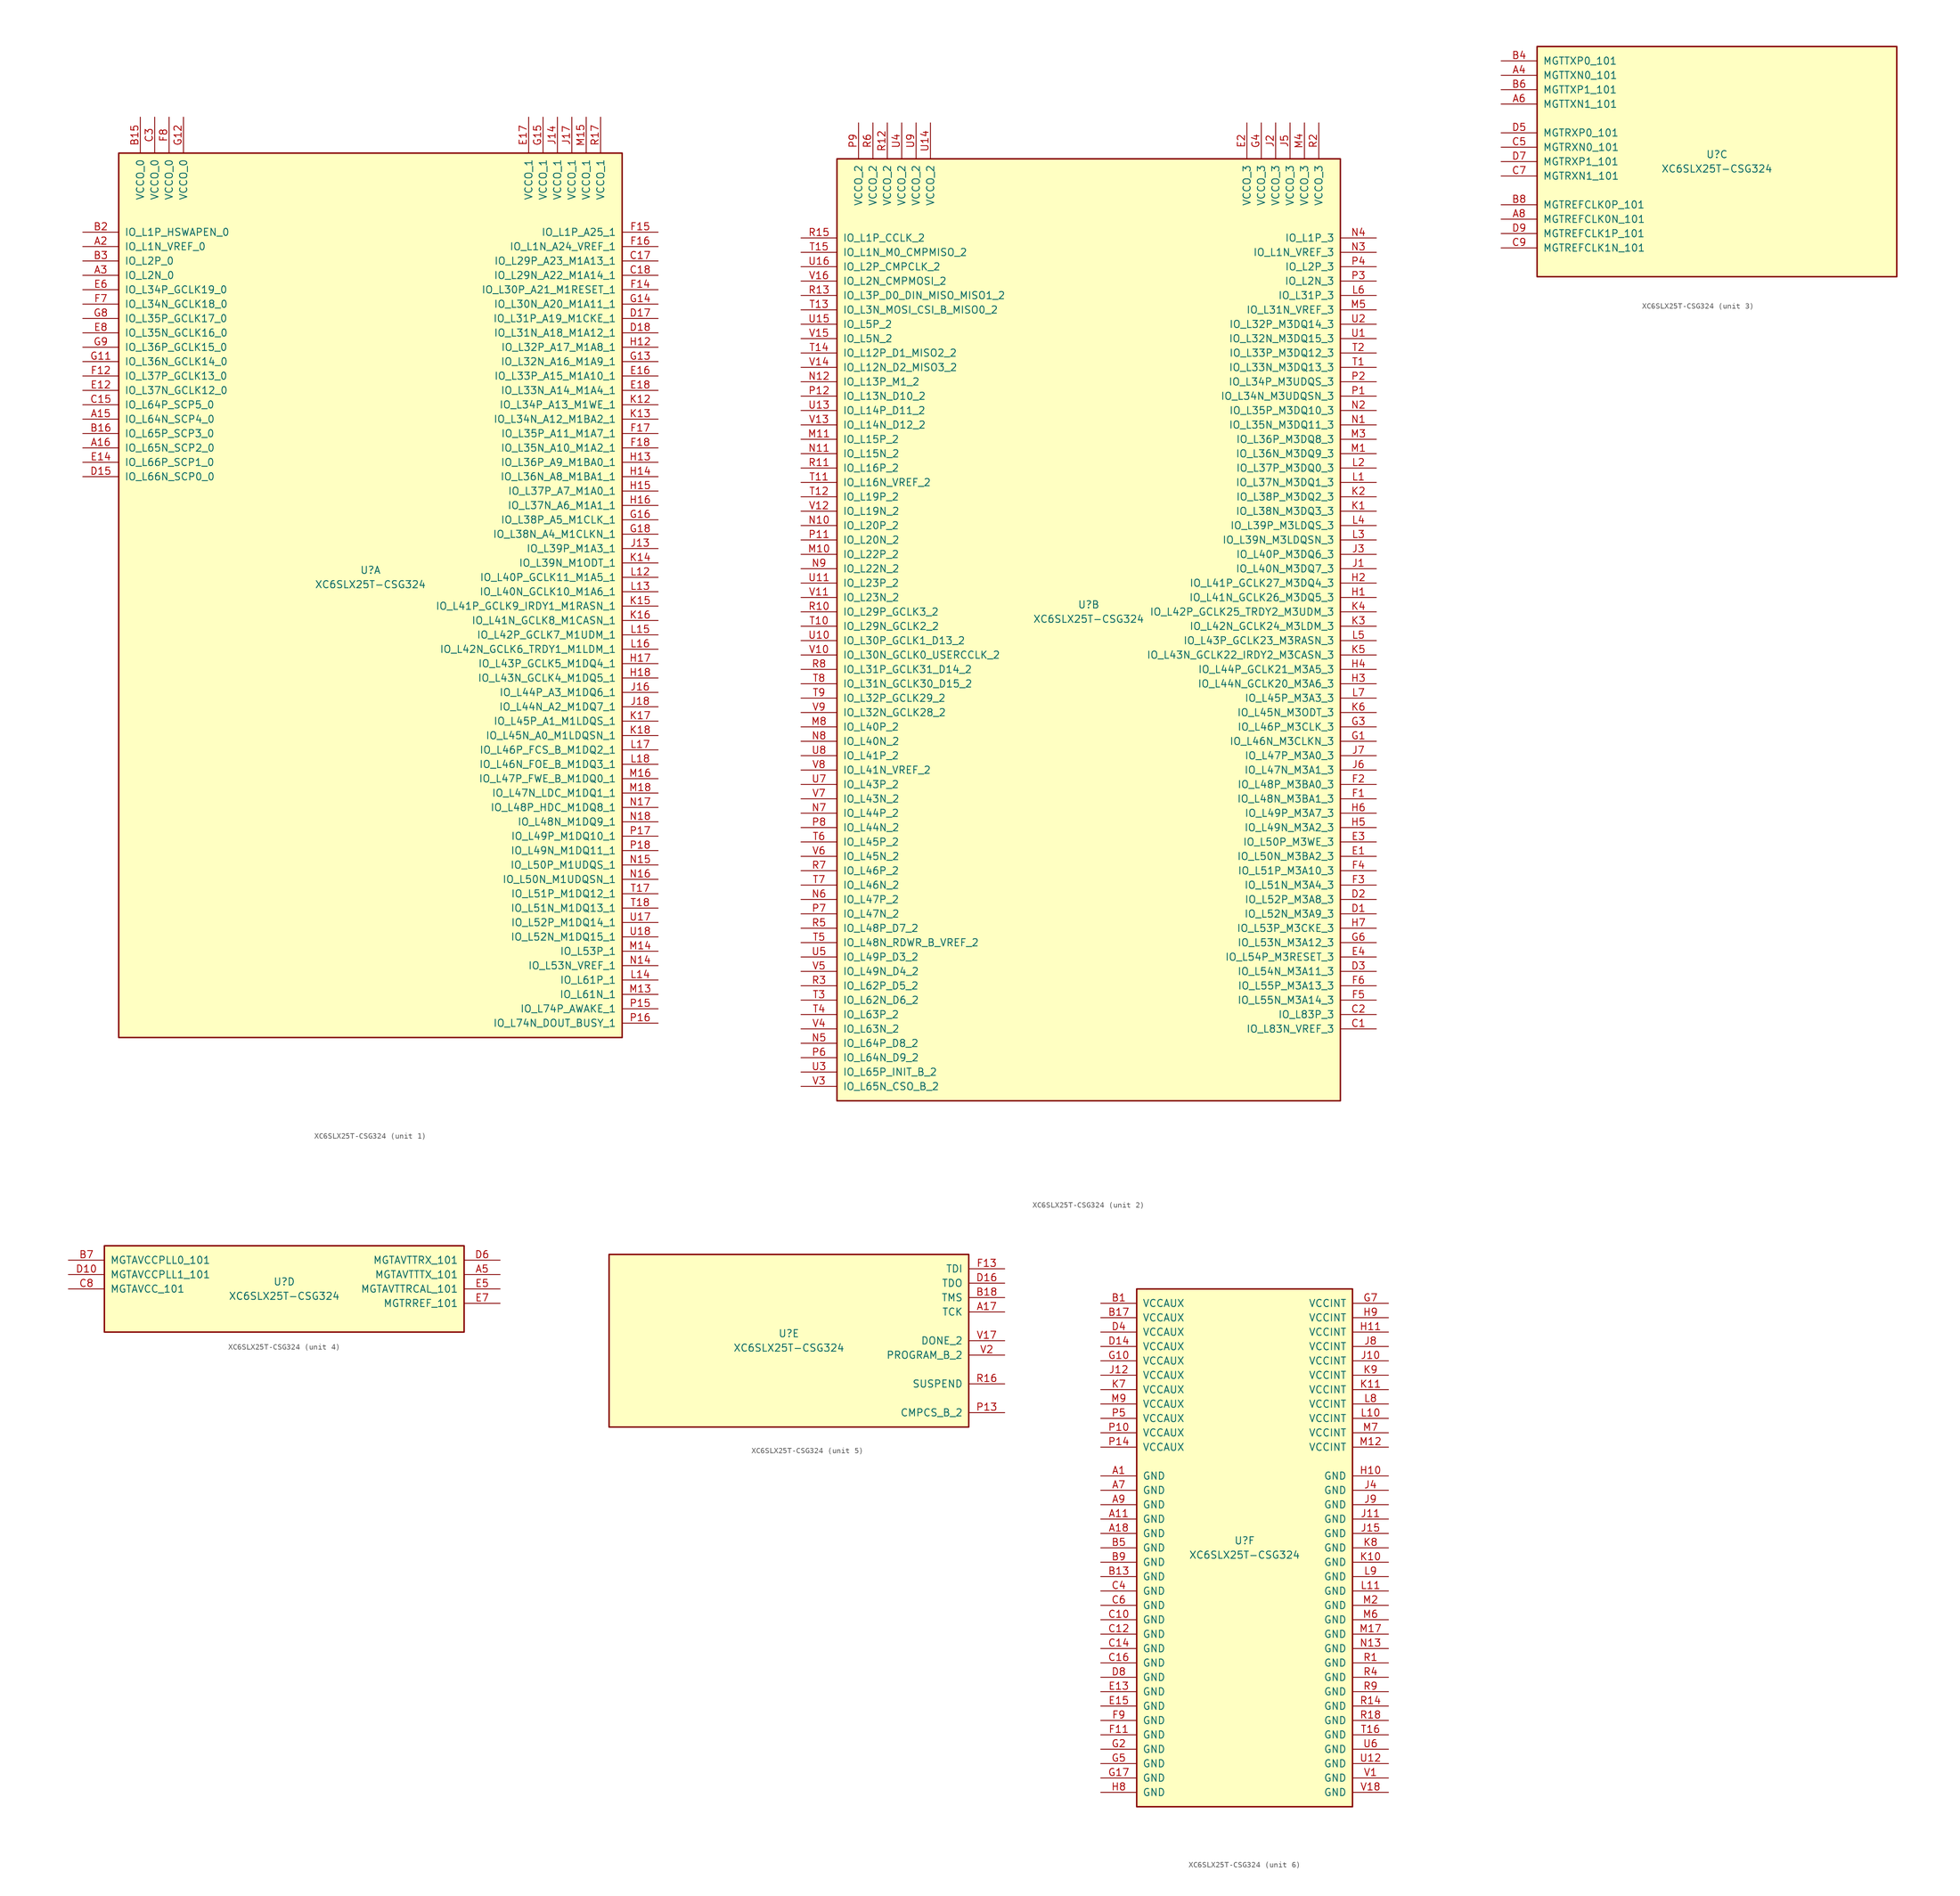
<source format=kicad_sym>
(kicad_symbol_lib
  (version 20201005)
  (generator kicad_symbol_editor)
  (symbol "XC6SLX25T-CSG324"
    (pin_names
      (offset 1.016))
    (property "Reference" "U"
      (at 0 1.27 0)
      (effects (font (size 1.27 1.27))))
    (property "Value" "XC6SLX25T-CSG324"
      (at 0 -1.27 0)
      (effects (font (size 1.27 1.27))))
    (property "Datasheet" ""
      (at 0 0 0)
      (effects (font (size 1.27 1.27))))
    (property "ki_locked" ""
      (at 0 0 0)
      (effects (font (size 1.27 1.27))))
    (symbol "XC6SLX25T-CSG324_1_1"
      (rectangle (start -44.45 74.93) (end 44.45 -81.28) (stroke (width 0.254)) (fill (type background)))
      (pin power_in line (at -40.64 81.28 270) (length 6.35) (name "VCCO_0" (effects (font (size 1.27 1.27)))) (number "B15" (effects (font (size 1.27 1.27)))))
      (pin power_in line (at -38.1 81.28 270) (length 6.35) (name "VCCO_0" (effects (font (size 1.27 1.27)))) (number "C3" (effects (font (size 1.27 1.27)))))
      (pin power_in line (at -35.56 81.28 270) (length 6.35) (name "VCCO_0" (effects (font (size 1.27 1.27)))) (number "F8" (effects (font (size 1.27 1.27)))))
      (pin power_in line (at -33.02 81.28 270) (length 6.35) (name "VCCO_0" (effects (font (size 1.27 1.27)))) (number "G12" (effects (font (size 1.27 1.27)))))
      (pin bidirectional line (at -50.8 60.96 0) (length 6.35) (name "IO_L1P_HSWAPEN_0" (effects (font (size 1.27 1.27)))) (number "B2" (effects (font (size 1.27 1.27)))))
      (pin bidirectional line (at -50.8 58.42 0) (length 6.35) (name "IO_L1N_VREF_0" (effects (font (size 1.27 1.27)))) (number "A2" (effects (font (size 1.27 1.27)))))
      (pin bidirectional line (at -50.8 55.88 0) (length 6.35) (name "IO_L2P_0" (effects (font (size 1.27 1.27)))) (number "B3" (effects (font (size 1.27 1.27)))))
      (pin bidirectional line (at -50.8 53.34 0) (length 6.35) (name "IO_L2N_0" (effects (font (size 1.27 1.27)))) (number "A3" (effects (font (size 1.27 1.27)))))
      (pin bidirectional line (at -50.8 50.8 0) (length 6.35) (name "IO_L34P_GCLK19_0" (effects (font (size 1.27 1.27)))) (number "E6" (effects (font (size 1.27 1.27)))))
      (pin bidirectional line (at -50.8 48.26 0) (length 6.35) (name "IO_L34N_GCLK18_0" (effects (font (size 1.27 1.27)))) (number "F7" (effects (font (size 1.27 1.27)))))
      (pin bidirectional line (at -50.8 45.72 0) (length 6.35) (name "IO_L35P_GCLK17_0" (effects (font (size 1.27 1.27)))) (number "G8" (effects (font (size 1.27 1.27)))))
      (pin bidirectional line (at -50.8 43.18 0) (length 6.35) (name "IO_L35N_GCLK16_0" (effects (font (size 1.27 1.27)))) (number "E8" (effects (font (size 1.27 1.27)))))
      (pin bidirectional line (at -50.8 40.64 0) (length 6.35) (name "IO_L36P_GCLK15_0" (effects (font (size 1.27 1.27)))) (number "G9" (effects (font (size 1.27 1.27)))))
      (pin bidirectional line (at -50.8 38.1 0) (length 6.35) (name "IO_L36N_GCLK14_0" (effects (font (size 1.27 1.27)))) (number "G11" (effects (font (size 1.27 1.27)))))
      (pin bidirectional line (at -50.8 35.56 0) (length 6.35) (name "IO_L37P_GCLK13_0" (effects (font (size 1.27 1.27)))) (number "F12" (effects (font (size 1.27 1.27)))))
      (pin bidirectional line (at -50.8 33.02 0) (length 6.35) (name "IO_L37N_GCLK12_0" (effects (font (size 1.27 1.27)))) (number "E12" (effects (font (size 1.27 1.27)))))
      (pin bidirectional line (at -50.8 30.48 0) (length 6.35) (name "IO_L64P_SCP5_0" (effects (font (size 1.27 1.27)))) (number "C15" (effects (font (size 1.27 1.27)))))
      (pin bidirectional line (at -50.8 27.94 0) (length 6.35) (name "IO_L64N_SCP4_0" (effects (font (size 1.27 1.27)))) (number "A15" (effects (font (size 1.27 1.27)))))
      (pin bidirectional line (at -50.8 25.4 0) (length 6.35) (name "IO_L65P_SCP3_0" (effects (font (size 1.27 1.27)))) (number "B16" (effects (font (size 1.27 1.27)))))
      (pin bidirectional line (at -50.8 22.86 0) (length 6.35) (name "IO_L65N_SCP2_0" (effects (font (size 1.27 1.27)))) (number "A16" (effects (font (size 1.27 1.27)))))
      (pin bidirectional line (at -50.8 20.32 0) (length 6.35) (name "IO_L66P_SCP1_0" (effects (font (size 1.27 1.27)))) (number "E14" (effects (font (size 1.27 1.27)))))
      (pin bidirectional line (at -50.8 17.78 0) (length 6.35) (name "IO_L66N_SCP0_0" (effects (font (size 1.27 1.27)))) (number "D15" (effects (font (size 1.27 1.27)))))
      (pin power_in line (at 27.94 81.28 270) (length 6.35) (name "VCCO_1" (effects (font (size 1.27 1.27)))) (number "E17" (effects (font (size 1.27 1.27)))))
      (pin power_in line (at 30.48 81.28 270) (length 6.35) (name "VCCO_1" (effects (font (size 1.27 1.27)))) (number "G15" (effects (font (size 1.27 1.27)))))
      (pin power_in line (at 33.02 81.28 270) (length 6.35) (name "VCCO_1" (effects (font (size 1.27 1.27)))) (number "J14" (effects (font (size 1.27 1.27)))))
      (pin power_in line (at 35.56 81.28 270) (length 6.35) (name "VCCO_1" (effects (font (size 1.27 1.27)))) (number "J17" (effects (font (size 1.27 1.27)))))
      (pin power_in line (at 38.1 81.28 270) (length 6.35) (name "VCCO_1" (effects (font (size 1.27 1.27)))) (number "M15" (effects (font (size 1.27 1.27)))))
      (pin power_in line (at 40.64 81.28 270) (length 6.35) (name "VCCO_1" (effects (font (size 1.27 1.27)))) (number "R17" (effects (font (size 1.27 1.27)))))
      (pin bidirectional line (at 50.8 60.96 180) (length 6.35) (name "IO_L1P_A25_1" (effects (font (size 1.27 1.27)))) (number "F15" (effects (font (size 1.27 1.27)))))
      (pin bidirectional line (at 50.8 58.42 180) (length 6.35) (name "IO_L1N_A24_VREF_1" (effects (font (size 1.27 1.27)))) (number "F16" (effects (font (size 1.27 1.27)))))
      (pin bidirectional line (at 50.8 55.88 180) (length 6.35) (name "IO_L29P_A23_M1A13_1" (effects (font (size 1.27 1.27)))) (number "C17" (effects (font (size 1.27 1.27)))))
      (pin bidirectional line (at 50.8 53.34 180) (length 6.35) (name "IO_L29N_A22_M1A14_1" (effects (font (size 1.27 1.27)))) (number "C18" (effects (font (size 1.27 1.27)))))
      (pin bidirectional line (at 50.8 50.8 180) (length 6.35) (name "IO_L30P_A21_M1RESET_1" (effects (font (size 1.27 1.27)))) (number "F14" (effects (font (size 1.27 1.27)))))
      (pin bidirectional line (at 50.8 48.26 180) (length 6.35) (name "IO_L30N_A20_M1A11_1" (effects (font (size 1.27 1.27)))) (number "G14" (effects (font (size 1.27 1.27)))))
      (pin bidirectional line (at 50.8 45.72 180) (length 6.35) (name "IO_L31P_A19_M1CKE_1" (effects (font (size 1.27 1.27)))) (number "D17" (effects (font (size 1.27 1.27)))))
      (pin bidirectional line (at 50.8 43.18 180) (length 6.35) (name "IO_L31N_A18_M1A12_1" (effects (font (size 1.27 1.27)))) (number "D18" (effects (font (size 1.27 1.27)))))
      (pin bidirectional line (at 50.8 40.64 180) (length 6.35) (name "IO_L32P_A17_M1A8_1" (effects (font (size 1.27 1.27)))) (number "H12" (effects (font (size 1.27 1.27)))))
      (pin bidirectional line (at 50.8 38.1 180) (length 6.35) (name "IO_L32N_A16_M1A9_1" (effects (font (size 1.27 1.27)))) (number "G13" (effects (font (size 1.27 1.27)))))
      (pin bidirectional line (at 50.8 35.56 180) (length 6.35) (name "IO_L33P_A15_M1A10_1" (effects (font (size 1.27 1.27)))) (number "E16" (effects (font (size 1.27 1.27)))))
      (pin bidirectional line (at 50.8 33.02 180) (length 6.35) (name "IO_L33N_A14_M1A4_1" (effects (font (size 1.27 1.27)))) (number "E18" (effects (font (size 1.27 1.27)))))
      (pin bidirectional line (at 50.8 30.48 180) (length 6.35) (name "IO_L34P_A13_M1WE_1" (effects (font (size 1.27 1.27)))) (number "K12" (effects (font (size 1.27 1.27)))))
      (pin bidirectional line (at 50.8 27.94 180) (length 6.35) (name "IO_L34N_A12_M1BA2_1" (effects (font (size 1.27 1.27)))) (number "K13" (effects (font (size 1.27 1.27)))))
      (pin bidirectional line (at 50.8 25.4 180) (length 6.35) (name "IO_L35P_A11_M1A7_1" (effects (font (size 1.27 1.27)))) (number "F17" (effects (font (size 1.27 1.27)))))
      (pin bidirectional line (at 50.8 22.86 180) (length 6.35) (name "IO_L35N_A10_M1A2_1" (effects (font (size 1.27 1.27)))) (number "F18" (effects (font (size 1.27 1.27)))))
      (pin bidirectional line (at 50.8 20.32 180) (length 6.35) (name "IO_L36P_A9_M1BA0_1" (effects (font (size 1.27 1.27)))) (number "H13" (effects (font (size 1.27 1.27)))))
      (pin bidirectional line (at 50.8 17.78 180) (length 6.35) (name "IO_L36N_A8_M1BA1_1" (effects (font (size 1.27 1.27)))) (number "H14" (effects (font (size 1.27 1.27)))))
      (pin bidirectional line (at 50.8 15.24 180) (length 6.35) (name "IO_L37P_A7_M1A0_1" (effects (font (size 1.27 1.27)))) (number "H15" (effects (font (size 1.27 1.27)))))
      (pin bidirectional line (at 50.8 12.7 180) (length 6.35) (name "IO_L37N_A6_M1A1_1" (effects (font (size 1.27 1.27)))) (number "H16" (effects (font (size 1.27 1.27)))))
      (pin bidirectional line (at 50.8 10.16 180) (length 6.35) (name "IO_L38P_A5_M1CLK_1" (effects (font (size 1.27 1.27)))) (number "G16" (effects (font (size 1.27 1.27)))))
      (pin bidirectional line (at 50.8 7.62 180) (length 6.35) (name "IO_L38N_A4_M1CLKN_1" (effects (font (size 1.27 1.27)))) (number "G18" (effects (font (size 1.27 1.27)))))
      (pin bidirectional line (at 50.8 5.08 180) (length 6.35) (name "IO_L39P_M1A3_1" (effects (font (size 1.27 1.27)))) (number "J13" (effects (font (size 1.27 1.27)))))
      (pin bidirectional line (at 50.8 2.54 180) (length 6.35) (name "IO_L39N_M1ODT_1" (effects (font (size 1.27 1.27)))) (number "K14" (effects (font (size 1.27 1.27)))))
      (pin bidirectional line (at 50.8 0 180) (length 6.35) (name "IO_L40P_GCLK11_M1A5_1" (effects (font (size 1.27 1.27)))) (number "L12" (effects (font (size 1.27 1.27)))))
      (pin bidirectional line (at 50.8 -2.54 180) (length 6.35) (name "IO_L40N_GCLK10_M1A6_1" (effects (font (size 1.27 1.27)))) (number "L13" (effects (font (size 1.27 1.27)))))
      (pin bidirectional line (at 50.8 -5.08 180) (length 6.35) (name "IO_L41P_GCLK9_IRDY1_M1RASN_1" (effects (font (size 1.27 1.27)))) (number "K15" (effects (font (size 1.27 1.27)))))
      (pin bidirectional line (at 50.8 -7.62 180) (length 6.35) (name "IO_L41N_GCLK8_M1CASN_1" (effects (font (size 1.27 1.27)))) (number "K16" (effects (font (size 1.27 1.27)))))
      (pin bidirectional line (at 50.8 -10.16 180) (length 6.35) (name "IO_L42P_GCLK7_M1UDM_1" (effects (font (size 1.27 1.27)))) (number "L15" (effects (font (size 1.27 1.27)))))
      (pin bidirectional line (at 50.8 -12.7 180) (length 6.35) (name "IO_L42N_GCLK6_TRDY1_M1LDM_1" (effects (font (size 1.27 1.27)))) (number "L16" (effects (font (size 1.27 1.27)))))
      (pin bidirectional line (at 50.8 -15.24 180) (length 6.35) (name "IO_L43P_GCLK5_M1DQ4_1" (effects (font (size 1.27 1.27)))) (number "H17" (effects (font (size 1.27 1.27)))))
      (pin bidirectional line (at 50.8 -17.78 180) (length 6.35) (name "IO_L43N_GCLK4_M1DQ5_1" (effects (font (size 1.27 1.27)))) (number "H18" (effects (font (size 1.27 1.27)))))
      (pin bidirectional line (at 50.8 -20.32 180) (length 6.35) (name "IO_L44P_A3_M1DQ6_1" (effects (font (size 1.27 1.27)))) (number "J16" (effects (font (size 1.27 1.27)))))
      (pin bidirectional line (at 50.8 -22.86 180) (length 6.35) (name "IO_L44N_A2_M1DQ7_1" (effects (font (size 1.27 1.27)))) (number "J18" (effects (font (size 1.27 1.27)))))
      (pin bidirectional line (at 50.8 -25.4 180) (length 6.35) (name "IO_L45P_A1_M1LDQS_1" (effects (font (size 1.27 1.27)))) (number "K17" (effects (font (size 1.27 1.27)))))
      (pin bidirectional line (at 50.8 -27.94 180) (length 6.35) (name "IO_L45N_A0_M1LDQSN_1" (effects (font (size 1.27 1.27)))) (number "K18" (effects (font (size 1.27 1.27)))))
      (pin bidirectional line (at 50.8 -30.48 180) (length 6.35) (name "IO_L46P_FCS_B_M1DQ2_1" (effects (font (size 1.27 1.27)))) (number "L17" (effects (font (size 1.27 1.27)))))
      (pin bidirectional line (at 50.8 -33.02 180) (length 6.35) (name "IO_L46N_FOE_B_M1DQ3_1" (effects (font (size 1.27 1.27)))) (number "L18" (effects (font (size 1.27 1.27)))))
      (pin bidirectional line (at 50.8 -35.56 180) (length 6.35) (name "IO_L47P_FWE_B_M1DQ0_1" (effects (font (size 1.27 1.27)))) (number "M16" (effects (font (size 1.27 1.27)))))
      (pin bidirectional line (at 50.8 -38.1 180) (length 6.35) (name "IO_L47N_LDC_M1DQ1_1" (effects (font (size 1.27 1.27)))) (number "M18" (effects (font (size 1.27 1.27)))))
      (pin bidirectional line (at 50.8 -40.64 180) (length 6.35) (name "IO_L48P_HDC_M1DQ8_1" (effects (font (size 1.27 1.27)))) (number "N17" (effects (font (size 1.27 1.27)))))
      (pin bidirectional line (at 50.8 -43.18 180) (length 6.35) (name "IO_L48N_M1DQ9_1" (effects (font (size 1.27 1.27)))) (number "N18" (effects (font (size 1.27 1.27)))))
      (pin bidirectional line (at 50.8 -45.72 180) (length 6.35) (name "IO_L49P_M1DQ10_1" (effects (font (size 1.27 1.27)))) (number "P17" (effects (font (size 1.27 1.27)))))
      (pin bidirectional line (at 50.8 -48.26 180) (length 6.35) (name "IO_L49N_M1DQ11_1" (effects (font (size 1.27 1.27)))) (number "P18" (effects (font (size 1.27 1.27)))))
      (pin bidirectional line (at 50.8 -50.8 180) (length 6.35) (name "IO_L50P_M1UDQS_1" (effects (font (size 1.27 1.27)))) (number "N15" (effects (font (size 1.27 1.27)))))
      (pin bidirectional line (at 50.8 -53.34 180) (length 6.35) (name "IO_L50N_M1UDQSN_1" (effects (font (size 1.27 1.27)))) (number "N16" (effects (font (size 1.27 1.27)))))
      (pin bidirectional line (at 50.8 -55.88 180) (length 6.35) (name "IO_L51P_M1DQ12_1" (effects (font (size 1.27 1.27)))) (number "T17" (effects (font (size 1.27 1.27)))))
      (pin bidirectional line (at 50.8 -58.42 180) (length 6.35) (name "IO_L51N_M1DQ13_1" (effects (font (size 1.27 1.27)))) (number "T18" (effects (font (size 1.27 1.27)))))
      (pin bidirectional line (at 50.8 -60.96 180) (length 6.35) (name "IO_L52P_M1DQ14_1" (effects (font (size 1.27 1.27)))) (number "U17" (effects (font (size 1.27 1.27)))))
      (pin bidirectional line (at 50.8 -63.5 180) (length 6.35) (name "IO_L52N_M1DQ15_1" (effects (font (size 1.27 1.27)))) (number "U18" (effects (font (size 1.27 1.27)))))
      (pin bidirectional line (at 50.8 -66.04 180) (length 6.35) (name "IO_L53P_1" (effects (font (size 1.27 1.27)))) (number "M14" (effects (font (size 1.27 1.27)))))
      (pin bidirectional line (at 50.8 -68.58 180) (length 6.35) (name "IO_L53N_VREF_1" (effects (font (size 1.27 1.27)))) (number "N14" (effects (font (size 1.27 1.27)))))
      (pin bidirectional line (at 50.8 -71.12 180) (length 6.35) (name "IO_L61P_1" (effects (font (size 1.27 1.27)))) (number "L14" (effects (font (size 1.27 1.27)))))
      (pin bidirectional line (at 50.8 -73.66 180) (length 6.35) (name "IO_L61N_1" (effects (font (size 1.27 1.27)))) (number "M13" (effects (font (size 1.27 1.27)))))
      (pin bidirectional line (at 50.8 -76.2 180) (length 6.35) (name "IO_L74P_AWAKE_1" (effects (font (size 1.27 1.27)))) (number "P15" (effects (font (size 1.27 1.27)))))
      (pin bidirectional line (at 50.8 -78.74 180) (length 6.35) (name "IO_L74N_DOUT_BUSY_1" (effects (font (size 1.27 1.27)))) (number "P16" (effects (font (size 1.27 1.27))))))
    (symbol "XC6SLX25T-CSG324_2_1"
      (rectangle (start -44.45 80.01) (end 44.45 -86.36) (stroke (width 0.254)) (fill (type background)))
      (pin power_in line (at -40.64 86.36 270) (length 6.35) (name "VCCO_2" (effects (font (size 1.27 1.27)))) (number "P9" (effects (font (size 1.27 1.27)))))
      (pin power_in line (at -38.1 86.36 270) (length 6.35) (name "VCCO_2" (effects (font (size 1.27 1.27)))) (number "R6" (effects (font (size 1.27 1.27)))))
      (pin power_in line (at -35.56 86.36 270) (length 6.35) (name "VCCO_2" (effects (font (size 1.27 1.27)))) (number "R12" (effects (font (size 1.27 1.27)))))
      (pin power_in line (at -33.02 86.36 270) (length 6.35) (name "VCCO_2" (effects (font (size 1.27 1.27)))) (number "U4" (effects (font (size 1.27 1.27)))))
      (pin power_in line (at -30.48 86.36 270) (length 6.35) (name "VCCO_2" (effects (font (size 1.27 1.27)))) (number "U9" (effects (font (size 1.27 1.27)))))
      (pin power_in line (at -27.94 86.36 270) (length 6.35) (name "VCCO_2" (effects (font (size 1.27 1.27)))) (number "U14" (effects (font (size 1.27 1.27)))))
      (pin bidirectional line (at -50.8 66.04 0) (length 6.35) (name "IO_L1P_CCLK_2" (effects (font (size 1.27 1.27)))) (number "R15" (effects (font (size 1.27 1.27)))))
      (pin bidirectional line (at -50.8 63.5 0) (length 6.35) (name "IO_L1N_M0_CMPMISO_2" (effects (font (size 1.27 1.27)))) (number "T15" (effects (font (size 1.27 1.27)))))
      (pin bidirectional line (at -50.8 60.96 0) (length 6.35) (name "IO_L2P_CMPCLK_2" (effects (font (size 1.27 1.27)))) (number "U16" (effects (font (size 1.27 1.27)))))
      (pin bidirectional line (at -50.8 58.42 0) (length 6.35) (name "IO_L2N_CMPMOSI_2" (effects (font (size 1.27 1.27)))) (number "V16" (effects (font (size 1.27 1.27)))))
      (pin bidirectional line (at -50.8 55.88 0) (length 6.35) (name "IO_L3P_D0_DIN_MISO_MISO1_2" (effects (font (size 1.27 1.27)))) (number "R13" (effects (font (size 1.27 1.27)))))
      (pin bidirectional line (at -50.8 53.34 0) (length 6.35) (name "IO_L3N_MOSI_CSI_B_MISO0_2" (effects (font (size 1.27 1.27)))) (number "T13" (effects (font (size 1.27 1.27)))))
      (pin bidirectional line (at -50.8 50.8 0) (length 6.35) (name "IO_L5P_2" (effects (font (size 1.27 1.27)))) (number "U15" (effects (font (size 1.27 1.27)))))
      (pin bidirectional line (at -50.8 48.26 0) (length 6.35) (name "IO_L5N_2" (effects (font (size 1.27 1.27)))) (number "V15" (effects (font (size 1.27 1.27)))))
      (pin bidirectional line (at -50.8 45.72 0) (length 6.35) (name "IO_L12P_D1_MISO2_2" (effects (font (size 1.27 1.27)))) (number "T14" (effects (font (size 1.27 1.27)))))
      (pin bidirectional line (at -50.8 43.18 0) (length 6.35) (name "IO_L12N_D2_MISO3_2" (effects (font (size 1.27 1.27)))) (number "V14" (effects (font (size 1.27 1.27)))))
      (pin bidirectional line (at -50.8 40.64 0) (length 6.35) (name "IO_L13P_M1_2" (effects (font (size 1.27 1.27)))) (number "N12" (effects (font (size 1.27 1.27)))))
      (pin bidirectional line (at -50.8 38.1 0) (length 6.35) (name "IO_L13N_D10_2" (effects (font (size 1.27 1.27)))) (number "P12" (effects (font (size 1.27 1.27)))))
      (pin bidirectional line (at -50.8 35.56 0) (length 6.35) (name "IO_L14P_D11_2" (effects (font (size 1.27 1.27)))) (number "U13" (effects (font (size 1.27 1.27)))))
      (pin bidirectional line (at -50.8 33.02 0) (length 6.35) (name "IO_L14N_D12_2" (effects (font (size 1.27 1.27)))) (number "V13" (effects (font (size 1.27 1.27)))))
      (pin bidirectional line (at -50.8 30.48 0) (length 6.35) (name "IO_L15P_2" (effects (font (size 1.27 1.27)))) (number "M11" (effects (font (size 1.27 1.27)))))
      (pin bidirectional line (at -50.8 27.94 0) (length 6.35) (name "IO_L15N_2" (effects (font (size 1.27 1.27)))) (number "N11" (effects (font (size 1.27 1.27)))))
      (pin bidirectional line (at -50.8 25.4 0) (length 6.35) (name "IO_L16P_2" (effects (font (size 1.27 1.27)))) (number "R11" (effects (font (size 1.27 1.27)))))
      (pin bidirectional line (at -50.8 22.86 0) (length 6.35) (name "IO_L16N_VREF_2" (effects (font (size 1.27 1.27)))) (number "T11" (effects (font (size 1.27 1.27)))))
      (pin bidirectional line (at -50.8 20.32 0) (length 6.35) (name "IO_L19P_2" (effects (font (size 1.27 1.27)))) (number "T12" (effects (font (size 1.27 1.27)))))
      (pin bidirectional line (at -50.8 17.78 0) (length 6.35) (name "IO_L19N_2" (effects (font (size 1.27 1.27)))) (number "V12" (effects (font (size 1.27 1.27)))))
      (pin bidirectional line (at -50.8 15.24 0) (length 6.35) (name "IO_L20P_2" (effects (font (size 1.27 1.27)))) (number "N10" (effects (font (size 1.27 1.27)))))
      (pin bidirectional line (at -50.8 12.7 0) (length 6.35) (name "IO_L20N_2" (effects (font (size 1.27 1.27)))) (number "P11" (effects (font (size 1.27 1.27)))))
      (pin bidirectional line (at -50.8 10.16 0) (length 6.35) (name "IO_L22P_2" (effects (font (size 1.27 1.27)))) (number "M10" (effects (font (size 1.27 1.27)))))
      (pin bidirectional line (at -50.8 7.62 0) (length 6.35) (name "IO_L22N_2" (effects (font (size 1.27 1.27)))) (number "N9" (effects (font (size 1.27 1.27)))))
      (pin bidirectional line (at -50.8 5.08 0) (length 6.35) (name "IO_L23P_2" (effects (font (size 1.27 1.27)))) (number "U11" (effects (font (size 1.27 1.27)))))
      (pin bidirectional line (at -50.8 2.54 0) (length 6.35) (name "IO_L23N_2" (effects (font (size 1.27 1.27)))) (number "V11" (effects (font (size 1.27 1.27)))))
      (pin bidirectional line (at -50.8 0 0) (length 6.35) (name "IO_L29P_GCLK3_2" (effects (font (size 1.27 1.27)))) (number "R10" (effects (font (size 1.27 1.27)))))
      (pin bidirectional line (at -50.8 -2.54 0) (length 6.35) (name "IO_L29N_GCLK2_2" (effects (font (size 1.27 1.27)))) (number "T10" (effects (font (size 1.27 1.27)))))
      (pin bidirectional line (at -50.8 -5.08 0) (length 6.35) (name "IO_L30P_GCLK1_D13_2" (effects (font (size 1.27 1.27)))) (number "U10" (effects (font (size 1.27 1.27)))))
      (pin bidirectional line (at -50.8 -7.62 0) (length 6.35) (name "IO_L30N_GCLK0_USERCCLK_2" (effects (font (size 1.27 1.27)))) (number "V10" (effects (font (size 1.27 1.27)))))
      (pin bidirectional line (at -50.8 -10.16 0) (length 6.35) (name "IO_L31P_GCLK31_D14_2" (effects (font (size 1.27 1.27)))) (number "R8" (effects (font (size 1.27 1.27)))))
      (pin bidirectional line (at -50.8 -12.7 0) (length 6.35) (name "IO_L31N_GCLK30_D15_2" (effects (font (size 1.27 1.27)))) (number "T8" (effects (font (size 1.27 1.27)))))
      (pin bidirectional line (at -50.8 -15.24 0) (length 6.35) (name "IO_L32P_GCLK29_2" (effects (font (size 1.27 1.27)))) (number "T9" (effects (font (size 1.27 1.27)))))
      (pin bidirectional line (at -50.8 -17.78 0) (length 6.35) (name "IO_L32N_GCLK28_2" (effects (font (size 1.27 1.27)))) (number "V9" (effects (font (size 1.27 1.27)))))
      (pin bidirectional line (at -50.8 -20.32 0) (length 6.35) (name "IO_L40P_2" (effects (font (size 1.27 1.27)))) (number "M8" (effects (font (size 1.27 1.27)))))
      (pin bidirectional line (at -50.8 -22.86 0) (length 6.35) (name "IO_L40N_2" (effects (font (size 1.27 1.27)))) (number "N8" (effects (font (size 1.27 1.27)))))
      (pin bidirectional line (at -50.8 -25.4 0) (length 6.35) (name "IO_L41P_2" (effects (font (size 1.27 1.27)))) (number "U8" (effects (font (size 1.27 1.27)))))
      (pin bidirectional line (at -50.8 -27.94 0) (length 6.35) (name "IO_L41N_VREF_2" (effects (font (size 1.27 1.27)))) (number "V8" (effects (font (size 1.27 1.27)))))
      (pin bidirectional line (at -50.8 -30.48 0) (length 6.35) (name "IO_L43P_2" (effects (font (size 1.27 1.27)))) (number "U7" (effects (font (size 1.27 1.27)))))
      (pin bidirectional line (at -50.8 -33.02 0) (length 6.35) (name "IO_L43N_2" (effects (font (size 1.27 1.27)))) (number "V7" (effects (font (size 1.27 1.27)))))
      (pin bidirectional line (at -50.8 -35.56 0) (length 6.35) (name "IO_L44P_2" (effects (font (size 1.27 1.27)))) (number "N7" (effects (font (size 1.27 1.27)))))
      (pin bidirectional line (at -50.8 -38.1 0) (length 6.35) (name "IO_L44N_2" (effects (font (size 1.27 1.27)))) (number "P8" (effects (font (size 1.27 1.27)))))
      (pin bidirectional line (at -50.8 -40.64 0) (length 6.35) (name "IO_L45P_2" (effects (font (size 1.27 1.27)))) (number "T6" (effects (font (size 1.27 1.27)))))
      (pin bidirectional line (at -50.8 -43.18 0) (length 6.35) (name "IO_L45N_2" (effects (font (size 1.27 1.27)))) (number "V6" (effects (font (size 1.27 1.27)))))
      (pin bidirectional line (at -50.8 -45.72 0) (length 6.35) (name "IO_L46P_2" (effects (font (size 1.27 1.27)))) (number "R7" (effects (font (size 1.27 1.27)))))
      (pin bidirectional line (at -50.8 -48.26 0) (length 6.35) (name "IO_L46N_2" (effects (font (size 1.27 1.27)))) (number "T7" (effects (font (size 1.27 1.27)))))
      (pin bidirectional line (at -50.8 -50.8 0) (length 6.35) (name "IO_L47P_2" (effects (font (size 1.27 1.27)))) (number "N6" (effects (font (size 1.27 1.27)))))
      (pin bidirectional line (at -50.8 -53.34 0) (length 6.35) (name "IO_L47N_2" (effects (font (size 1.27 1.27)))) (number "P7" (effects (font (size 1.27 1.27)))))
      (pin bidirectional line (at -50.8 -55.88 0) (length 6.35) (name "IO_L48P_D7_2" (effects (font (size 1.27 1.27)))) (number "R5" (effects (font (size 1.27 1.27)))))
      (pin bidirectional line (at -50.8 -58.42 0) (length 6.35) (name "IO_L48N_RDWR_B_VREF_2" (effects (font (size 1.27 1.27)))) (number "T5" (effects (font (size 1.27 1.27)))))
      (pin bidirectional line (at -50.8 -60.96 0) (length 6.35) (name "IO_L49P_D3_2" (effects (font (size 1.27 1.27)))) (number "U5" (effects (font (size 1.27 1.27)))))
      (pin bidirectional line (at -50.8 -63.5 0) (length 6.35) (name "IO_L49N_D4_2" (effects (font (size 1.27 1.27)))) (number "V5" (effects (font (size 1.27 1.27)))))
      (pin bidirectional line (at -50.8 -66.04 0) (length 6.35) (name "IO_L62P_D5_2" (effects (font (size 1.27 1.27)))) (number "R3" (effects (font (size 1.27 1.27)))))
      (pin bidirectional line (at -50.8 -68.58 0) (length 6.35) (name "IO_L62N_D6_2" (effects (font (size 1.27 1.27)))) (number "T3" (effects (font (size 1.27 1.27)))))
      (pin bidirectional line (at -50.8 -71.12 0) (length 6.35) (name "IO_L63P_2" (effects (font (size 1.27 1.27)))) (number "T4" (effects (font (size 1.27 1.27)))))
      (pin bidirectional line (at -50.8 -73.66 0) (length 6.35) (name "IO_L63N_2" (effects (font (size 1.27 1.27)))) (number "V4" (effects (font (size 1.27 1.27)))))
      (pin bidirectional line (at -50.8 -76.2 0) (length 6.35) (name "IO_L64P_D8_2" (effects (font (size 1.27 1.27)))) (number "N5" (effects (font (size 1.27 1.27)))))
      (pin bidirectional line (at -50.8 -78.74 0) (length 6.35) (name "IO_L64N_D9_2" (effects (font (size 1.27 1.27)))) (number "P6" (effects (font (size 1.27 1.27)))))
      (pin bidirectional line (at -50.8 -81.28 0) (length 6.35) (name "IO_L65P_INIT_B_2" (effects (font (size 1.27 1.27)))) (number "U3" (effects (font (size 1.27 1.27)))))
      (pin bidirectional line (at -50.8 -83.82 0) (length 6.35) (name "IO_L65N_CSO_B_2" (effects (font (size 1.27 1.27)))) (number "V3" (effects (font (size 1.27 1.27)))))
      (pin power_in line (at 27.94 86.36 270) (length 6.35) (name "VCCO_3" (effects (font (size 1.27 1.27)))) (number "E2" (effects (font (size 1.27 1.27)))))
      (pin power_in line (at 30.48 86.36 270) (length 6.35) (name "VCCO_3" (effects (font (size 1.27 1.27)))) (number "G4" (effects (font (size 1.27 1.27)))))
      (pin power_in line (at 33.02 86.36 270) (length 6.35) (name "VCCO_3" (effects (font (size 1.27 1.27)))) (number "J2" (effects (font (size 1.27 1.27)))))
      (pin power_in line (at 35.56 86.36 270) (length 6.35) (name "VCCO_3" (effects (font (size 1.27 1.27)))) (number "J5" (effects (font (size 1.27 1.27)))))
      (pin power_in line (at 38.1 86.36 270) (length 6.35) (name "VCCO_3" (effects (font (size 1.27 1.27)))) (number "M4" (effects (font (size 1.27 1.27)))))
      (pin power_in line (at 40.64 86.36 270) (length 6.35) (name "VCCO_3" (effects (font (size 1.27 1.27)))) (number "R2" (effects (font (size 1.27 1.27)))))
      (pin bidirectional line (at 50.8 66.04 180) (length 6.35) (name "IO_L1P_3" (effects (font (size 1.27 1.27)))) (number "N4" (effects (font (size 1.27 1.27)))))
      (pin bidirectional line (at 50.8 63.5 180) (length 6.35) (name "IO_L1N_VREF_3" (effects (font (size 1.27 1.27)))) (number "N3" (effects (font (size 1.27 1.27)))))
      (pin bidirectional line (at 50.8 60.96 180) (length 6.35) (name "IO_L2P_3" (effects (font (size 1.27 1.27)))) (number "P4" (effects (font (size 1.27 1.27)))))
      (pin bidirectional line (at 50.8 58.42 180) (length 6.35) (name "IO_L2N_3" (effects (font (size 1.27 1.27)))) (number "P3" (effects (font (size 1.27 1.27)))))
      (pin bidirectional line (at 50.8 55.88 180) (length 6.35) (name "IO_L31P_3" (effects (font (size 1.27 1.27)))) (number "L6" (effects (font (size 1.27 1.27)))))
      (pin bidirectional line (at 50.8 53.34 180) (length 6.35) (name "IO_L31N_VREF_3" (effects (font (size 1.27 1.27)))) (number "M5" (effects (font (size 1.27 1.27)))))
      (pin bidirectional line (at 50.8 50.8 180) (length 6.35) (name "IO_L32P_M3DQ14_3" (effects (font (size 1.27 1.27)))) (number "U2" (effects (font (size 1.27 1.27)))))
      (pin bidirectional line (at 50.8 48.26 180) (length 6.35) (name "IO_L32N_M3DQ15_3" (effects (font (size 1.27 1.27)))) (number "U1" (effects (font (size 1.27 1.27)))))
      (pin bidirectional line (at 50.8 45.72 180) (length 6.35) (name "IO_L33P_M3DQ12_3" (effects (font (size 1.27 1.27)))) (number "T2" (effects (font (size 1.27 1.27)))))
      (pin bidirectional line (at 50.8 43.18 180) (length 6.35) (name "IO_L33N_M3DQ13_3" (effects (font (size 1.27 1.27)))) (number "T1" (effects (font (size 1.27 1.27)))))
      (pin bidirectional line (at 50.8 40.64 180) (length 6.35) (name "IO_L34P_M3UDQS_3" (effects (font (size 1.27 1.27)))) (number "P2" (effects (font (size 1.27 1.27)))))
      (pin bidirectional line (at 50.8 38.1 180) (length 6.35) (name "IO_L34N_M3UDQSN_3" (effects (font (size 1.27 1.27)))) (number "P1" (effects (font (size 1.27 1.27)))))
      (pin bidirectional line (at 50.8 35.56 180) (length 6.35) (name "IO_L35P_M3DQ10_3" (effects (font (size 1.27 1.27)))) (number "N2" (effects (font (size 1.27 1.27)))))
      (pin bidirectional line (at 50.8 33.02 180) (length 6.35) (name "IO_L35N_M3DQ11_3" (effects (font (size 1.27 1.27)))) (number "N1" (effects (font (size 1.27 1.27)))))
      (pin bidirectional line (at 50.8 30.48 180) (length 6.35) (name "IO_L36P_M3DQ8_3" (effects (font (size 1.27 1.27)))) (number "M3" (effects (font (size 1.27 1.27)))))
      (pin bidirectional line (at 50.8 27.94 180) (length 6.35) (name "IO_L36N_M3DQ9_3" (effects (font (size 1.27 1.27)))) (number "M1" (effects (font (size 1.27 1.27)))))
      (pin bidirectional line (at 50.8 25.4 180) (length 6.35) (name "IO_L37P_M3DQ0_3" (effects (font (size 1.27 1.27)))) (number "L2" (effects (font (size 1.27 1.27)))))
      (pin bidirectional line (at 50.8 22.86 180) (length 6.35) (name "IO_L37N_M3DQ1_3" (effects (font (size 1.27 1.27)))) (number "L1" (effects (font (size 1.27 1.27)))))
      (pin bidirectional line (at 50.8 20.32 180) (length 6.35) (name "IO_L38P_M3DQ2_3" (effects (font (size 1.27 1.27)))) (number "K2" (effects (font (size 1.27 1.27)))))
      (pin bidirectional line (at 50.8 17.78 180) (length 6.35) (name "IO_L38N_M3DQ3_3" (effects (font (size 1.27 1.27)))) (number "K1" (effects (font (size 1.27 1.27)))))
      (pin bidirectional line (at 50.8 15.24 180) (length 6.35) (name "IO_L39P_M3LDQS_3" (effects (font (size 1.27 1.27)))) (number "L4" (effects (font (size 1.27 1.27)))))
      (pin bidirectional line (at 50.8 12.7 180) (length 6.35) (name "IO_L39N_M3LDQSN_3" (effects (font (size 1.27 1.27)))) (number "L3" (effects (font (size 1.27 1.27)))))
      (pin bidirectional line (at 50.8 10.16 180) (length 6.35) (name "IO_L40P_M3DQ6_3" (effects (font (size 1.27 1.27)))) (number "J3" (effects (font (size 1.27 1.27)))))
      (pin bidirectional line (at 50.8 7.62 180) (length 6.35) (name "IO_L40N_M3DQ7_3" (effects (font (size 1.27 1.27)))) (number "J1" (effects (font (size 1.27 1.27)))))
      (pin bidirectional line (at 50.8 5.08 180) (length 6.35) (name "IO_L41P_GCLK27_M3DQ4_3" (effects (font (size 1.27 1.27)))) (number "H2" (effects (font (size 1.27 1.27)))))
      (pin bidirectional line (at 50.8 2.54 180) (length 6.35) (name "IO_L41N_GCLK26_M3DQ5_3" (effects (font (size 1.27 1.27)))) (number "H1" (effects (font (size 1.27 1.27)))))
      (pin bidirectional line (at 50.8 0 180) (length 6.35) (name "IO_L42P_GCLK25_TRDY2_M3UDM_3" (effects (font (size 1.27 1.27)))) (number "K4" (effects (font (size 1.27 1.27)))))
      (pin bidirectional line (at 50.8 -2.54 180) (length 6.35) (name "IO_L42N_GCLK24_M3LDM_3" (effects (font (size 1.27 1.27)))) (number "K3" (effects (font (size 1.27 1.27)))))
      (pin bidirectional line (at 50.8 -5.08 180) (length 6.35) (name "IO_L43P_GCLK23_M3RASN_3" (effects (font (size 1.27 1.27)))) (number "L5" (effects (font (size 1.27 1.27)))))
      (pin bidirectional line (at 50.8 -7.62 180) (length 6.35) (name "IO_L43N_GCLK22_IRDY2_M3CASN_3" (effects (font (size 1.27 1.27)))) (number "K5" (effects (font (size 1.27 1.27)))))
      (pin bidirectional line (at 50.8 -10.16 180) (length 6.35) (name "IO_L44P_GCLK21_M3A5_3" (effects (font (size 1.27 1.27)))) (number "H4" (effects (font (size 1.27 1.27)))))
      (pin bidirectional line (at 50.8 -12.7 180) (length 6.35) (name "IO_L44N_GCLK20_M3A6_3" (effects (font (size 1.27 1.27)))) (number "H3" (effects (font (size 1.27 1.27)))))
      (pin bidirectional line (at 50.8 -15.24 180) (length 6.35) (name "IO_L45P_M3A3_3" (effects (font (size 1.27 1.27)))) (number "L7" (effects (font (size 1.27 1.27)))))
      (pin bidirectional line (at 50.8 -17.78 180) (length 6.35) (name "IO_L45N_M3ODT_3" (effects (font (size 1.27 1.27)))) (number "K6" (effects (font (size 1.27 1.27)))))
      (pin bidirectional line (at 50.8 -20.32 180) (length 6.35) (name "IO_L46P_M3CLK_3" (effects (font (size 1.27 1.27)))) (number "G3" (effects (font (size 1.27 1.27)))))
      (pin bidirectional line (at 50.8 -22.86 180) (length 6.35) (name "IO_L46N_M3CLKN_3" (effects (font (size 1.27 1.27)))) (number "G1" (effects (font (size 1.27 1.27)))))
      (pin bidirectional line (at 50.8 -25.4 180) (length 6.35) (name "IO_L47P_M3A0_3" (effects (font (size 1.27 1.27)))) (number "J7" (effects (font (size 1.27 1.27)))))
      (pin bidirectional line (at 50.8 -27.94 180) (length 6.35) (name "IO_L47N_M3A1_3" (effects (font (size 1.27 1.27)))) (number "J6" (effects (font (size 1.27 1.27)))))
      (pin bidirectional line (at 50.8 -30.48 180) (length 6.35) (name "IO_L48P_M3BA0_3" (effects (font (size 1.27 1.27)))) (number "F2" (effects (font (size 1.27 1.27)))))
      (pin bidirectional line (at 50.8 -33.02 180) (length 6.35) (name "IO_L48N_M3BA1_3" (effects (font (size 1.27 1.27)))) (number "F1" (effects (font (size 1.27 1.27)))))
      (pin bidirectional line (at 50.8 -35.56 180) (length 6.35) (name "IO_L49P_M3A7_3" (effects (font (size 1.27 1.27)))) (number "H6" (effects (font (size 1.27 1.27)))))
      (pin bidirectional line (at 50.8 -38.1 180) (length 6.35) (name "IO_L49N_M3A2_3" (effects (font (size 1.27 1.27)))) (number "H5" (effects (font (size 1.27 1.27)))))
      (pin bidirectional line (at 50.8 -40.64 180) (length 6.35) (name "IO_L50P_M3WE_3" (effects (font (size 1.27 1.27)))) (number "E3" (effects (font (size 1.27 1.27)))))
      (pin bidirectional line (at 50.8 -43.18 180) (length 6.35) (name "IO_L50N_M3BA2_3" (effects (font (size 1.27 1.27)))) (number "E1" (effects (font (size 1.27 1.27)))))
      (pin bidirectional line (at 50.8 -45.72 180) (length 6.35) (name "IO_L51P_M3A10_3" (effects (font (size 1.27 1.27)))) (number "F4" (effects (font (size 1.27 1.27)))))
      (pin bidirectional line (at 50.8 -48.26 180) (length 6.35) (name "IO_L51N_M3A4_3" (effects (font (size 1.27 1.27)))) (number "F3" (effects (font (size 1.27 1.27)))))
      (pin bidirectional line (at 50.8 -50.8 180) (length 6.35) (name "IO_L52P_M3A8_3" (effects (font (size 1.27 1.27)))) (number "D2" (effects (font (size 1.27 1.27)))))
      (pin bidirectional line (at 50.8 -53.34 180) (length 6.35) (name "IO_L52N_M3A9_3" (effects (font (size 1.27 1.27)))) (number "D1" (effects (font (size 1.27 1.27)))))
      (pin bidirectional line (at 50.8 -55.88 180) (length 6.35) (name "IO_L53P_M3CKE_3" (effects (font (size 1.27 1.27)))) (number "H7" (effects (font (size 1.27 1.27)))))
      (pin bidirectional line (at 50.8 -58.42 180) (length 6.35) (name "IO_L53N_M3A12_3" (effects (font (size 1.27 1.27)))) (number "G6" (effects (font (size 1.27 1.27)))))
      (pin bidirectional line (at 50.8 -60.96 180) (length 6.35) (name "IO_L54P_M3RESET_3" (effects (font (size 1.27 1.27)))) (number "E4" (effects (font (size 1.27 1.27)))))
      (pin bidirectional line (at 50.8 -63.5 180) (length 6.35) (name "IO_L54N_M3A11_3" (effects (font (size 1.27 1.27)))) (number "D3" (effects (font (size 1.27 1.27)))))
      (pin bidirectional line (at 50.8 -66.04 180) (length 6.35) (name "IO_L55P_M3A13_3" (effects (font (size 1.27 1.27)))) (number "F6" (effects (font (size 1.27 1.27)))))
      (pin bidirectional line (at 50.8 -68.58 180) (length 6.35) (name "IO_L55N_M3A14_3" (effects (font (size 1.27 1.27)))) (number "F5" (effects (font (size 1.27 1.27)))))
      (pin bidirectional line (at 50.8 -71.12 180) (length 6.35) (name "IO_L83P_3" (effects (font (size 1.27 1.27)))) (number "C2" (effects (font (size 1.27 1.27)))))
      (pin bidirectional line (at 50.8 -73.66 180) (length 6.35) (name "IO_L83N_VREF_3" (effects (font (size 1.27 1.27)))) (number "C1" (effects (font (size 1.27 1.27))))))
    (symbol "XC6SLX25T-CSG324_3_1"
      (rectangle (start -31.75 20.32) (end 31.75 -20.32) (stroke (width 0.254)) (fill (type background)))
      (pin bidirectional line (at -38.1 17.78 0) (length 6.35) (name "MGTTXP0_101" (effects (font (size 1.27 1.27)))) (number "B4" (effects (font (size 1.27 1.27)))))
      (pin bidirectional line (at -38.1 15.24 0) (length 6.35) (name "MGTTXN0_101" (effects (font (size 1.27 1.27)))) (number "A4" (effects (font (size 1.27 1.27)))))
      (pin bidirectional line (at -38.1 12.7 0) (length 6.35) (name "MGTTXP1_101" (effects (font (size 1.27 1.27)))) (number "B6" (effects (font (size 1.27 1.27)))))
      (pin bidirectional line (at -38.1 10.16 0) (length 6.35) (name "MGTTXN1_101" (effects (font (size 1.27 1.27)))) (number "A6" (effects (font (size 1.27 1.27)))))
      (pin bidirectional line (at -38.1 5.08 0) (length 6.35) (name "MGTRXP0_101" (effects (font (size 1.27 1.27)))) (number "D5" (effects (font (size 1.27 1.27)))))
      (pin bidirectional line (at -38.1 2.54 0) (length 6.35) (name "MGTRXN0_101" (effects (font (size 1.27 1.27)))) (number "C5" (effects (font (size 1.27 1.27)))))
      (pin bidirectional line (at -38.1 0 0) (length 6.35) (name "MGTRXP1_101" (effects (font (size 1.27 1.27)))) (number "D7" (effects (font (size 1.27 1.27)))))
      (pin bidirectional line (at -38.1 -2.54 0) (length 6.35) (name "MGTRXN1_101" (effects (font (size 1.27 1.27)))) (number "C7" (effects (font (size 1.27 1.27)))))
      (pin bidirectional line (at -38.1 -7.62 0) (length 6.35) (name "MGTREFCLK0P_101" (effects (font (size 1.27 1.27)))) (number "B8" (effects (font (size 1.27 1.27)))))
      (pin bidirectional line (at -38.1 -10.16 0) (length 6.35) (name "MGTREFCLK0N_101" (effects (font (size 1.27 1.27)))) (number "A8" (effects (font (size 1.27 1.27)))))
      (pin bidirectional line (at -38.1 -12.7 0) (length 6.35) (name "MGTREFCLK1P_101" (effects (font (size 1.27 1.27)))) (number "D9" (effects (font (size 1.27 1.27)))))
      (pin bidirectional line (at -38.1 -15.24 0) (length 6.35) (name "MGTREFCLK1N_101" (effects (font (size 1.27 1.27)))) (number "C9" (effects (font (size 1.27 1.27))))))
    (symbol "XC6SLX25T-CSG324_4_1"
      (rectangle (start -31.75 7.62) (end 31.75 -7.62) (stroke (width 0.254)) (fill (type background)))
      (pin power_in line (at -38.1 5.08 0) (length 6.35) (name "MGTAVCCPLL0_101" (effects (font (size 1.27 1.27)))) (number "B7" (effects (font (size 1.27 1.27)))))
      (pin power_in line (at -38.1 2.54 0) (length 6.35) (name "MGTAVCCPLL1_101" (effects (font (size 1.27 1.27)))) (number "D10" (effects (font (size 1.27 1.27)))))
      (pin power_in line (at -38.1 0 0) (length 6.35) (name "MGTAVCC_101" (effects (font (size 1.27 1.27)))) (number "C8" (effects (font (size 1.27 1.27)))))
      (pin power_in line (at 38.1 5.08 180) (length 6.35) (name "MGTAVTTRX_101" (effects (font (size 1.27 1.27)))) (number "D6" (effects (font (size 1.27 1.27)))))
      (pin power_in line (at 38.1 2.54 180) (length 6.35) (name "MGTAVTTTX_101" (effects (font (size 1.27 1.27)))) (number "A5" (effects (font (size 1.27 1.27)))))
      (pin power_in line (at 38.1 0 180) (length 6.35) (name "MGTAVTTRCAL_101" (effects (font (size 1.27 1.27)))) (number "E5" (effects (font (size 1.27 1.27)))))
      (pin power_in line (at 38.1 -2.54 180) (length 6.35) (name "MGTRREF_101" (effects (font (size 1.27 1.27)))) (number "E7" (effects (font (size 1.27 1.27))))))
    (symbol "XC6SLX25T-CSG324_5_1"
      (rectangle (start -31.75 15.24) (end 31.75 -15.24) (stroke (width 0.254)) (fill (type background)))
      (pin bidirectional line (at 38.1 12.7 180) (length 6.35) (name "TDI" (effects (font (size 1.27 1.27)))) (number "F13" (effects (font (size 1.27 1.27)))))
      (pin bidirectional line (at 38.1 10.16 180) (length 6.35) (name "TDO" (effects (font (size 1.27 1.27)))) (number "D16" (effects (font (size 1.27 1.27)))))
      (pin bidirectional line (at 38.1 7.62 180) (length 6.35) (name "TMS" (effects (font (size 1.27 1.27)))) (number "B18" (effects (font (size 1.27 1.27)))))
      (pin bidirectional line (at 38.1 5.08 180) (length 6.35) (name "TCK" (effects (font (size 1.27 1.27)))) (number "A17" (effects (font (size 1.27 1.27)))))
      (pin bidirectional line (at 38.1 0 180) (length 6.35) (name "DONE_2" (effects (font (size 1.27 1.27)))) (number "V17" (effects (font (size 1.27 1.27)))))
      (pin bidirectional line (at 38.1 -2.54 180) (length 6.35) (name "PROGRAM_B_2" (effects (font (size 1.27 1.27)))) (number "V2" (effects (font (size 1.27 1.27)))))
      (pin bidirectional line (at 38.1 -7.62 180) (length 6.35) (name "SUSPEND" (effects (font (size 1.27 1.27)))) (number "R16" (effects (font (size 1.27 1.27)))))
      (pin bidirectional line (at 38.1 -12.7 180) (length 6.35) (name "CMPCS_B_2" (effects (font (size 1.27 1.27)))) (number "P13" (effects (font (size 1.27 1.27))))))
    (symbol "XC6SLX25T-CSG324_6_1"
      (rectangle (start -19.05 45.72) (end 19.05 -45.72) (stroke (width 0.254)) (fill (type background)))
      (pin power_in line (at -25.4 43.18 0) (length 6.35) (name "VCCAUX" (effects (font (size 1.27 1.27)))) (number "B1" (effects (font (size 1.27 1.27)))))
      (pin power_in line (at -25.4 40.64 0) (length 6.35) (name "VCCAUX" (effects (font (size 1.27 1.27)))) (number "B17" (effects (font (size 1.27 1.27)))))
      (pin power_in line (at -25.4 38.1 0) (length 6.35) (name "VCCAUX" (effects (font (size 1.27 1.27)))) (number "D4" (effects (font (size 1.27 1.27)))))
      (pin power_in line (at -25.4 35.56 0) (length 6.35) (name "VCCAUX" (effects (font (size 1.27 1.27)))) (number "D14" (effects (font (size 1.27 1.27)))))
      (pin power_in line (at -25.4 33.02 0) (length 6.35) (name "VCCAUX" (effects (font (size 1.27 1.27)))) (number "G10" (effects (font (size 1.27 1.27)))))
      (pin power_in line (at -25.4 30.48 0) (length 6.35) (name "VCCAUX" (effects (font (size 1.27 1.27)))) (number "J12" (effects (font (size 1.27 1.27)))))
      (pin power_in line (at -25.4 27.94 0) (length 6.35) (name "VCCAUX" (effects (font (size 1.27 1.27)))) (number "K7" (effects (font (size 1.27 1.27)))))
      (pin power_in line (at -25.4 25.4 0) (length 6.35) (name "VCCAUX" (effects (font (size 1.27 1.27)))) (number "M9" (effects (font (size 1.27 1.27)))))
      (pin power_in line (at -25.4 22.86 0) (length 6.35) (name "VCCAUX" (effects (font (size 1.27 1.27)))) (number "P5" (effects (font (size 1.27 1.27)))))
      (pin power_in line (at -25.4 20.32 0) (length 6.35) (name "VCCAUX" (effects (font (size 1.27 1.27)))) (number "P10" (effects (font (size 1.27 1.27)))))
      (pin power_in line (at -25.4 17.78 0) (length 6.35) (name "VCCAUX" (effects (font (size 1.27 1.27)))) (number "P14" (effects (font (size 1.27 1.27)))))
      (pin power_in line (at -25.4 12.7 0) (length 6.35) (name "GND" (effects (font (size 1.27 1.27)))) (number "A1" (effects (font (size 1.27 1.27)))))
      (pin power_in line (at -25.4 10.16 0) (length 6.35) (name "GND" (effects (font (size 1.27 1.27)))) (number "A7" (effects (font (size 1.27 1.27)))))
      (pin power_in line (at -25.4 7.62 0) (length 6.35) (name "GND" (effects (font (size 1.27 1.27)))) (number "A9" (effects (font (size 1.27 1.27)))))
      (pin power_in line (at -25.4 5.08 0) (length 6.35) (name "GND" (effects (font (size 1.27 1.27)))) (number "A11" (effects (font (size 1.27 1.27)))))
      (pin power_in line (at -25.4 2.54 0) (length 6.35) (name "GND" (effects (font (size 1.27 1.27)))) (number "A18" (effects (font (size 1.27 1.27)))))
      (pin power_in line (at -25.4 0 0) (length 6.35) (name "GND" (effects (font (size 1.27 1.27)))) (number "B5" (effects (font (size 1.27 1.27)))))
      (pin power_in line (at -25.4 -2.54 0) (length 6.35) (name "GND" (effects (font (size 1.27 1.27)))) (number "B9" (effects (font (size 1.27 1.27)))))
      (pin power_in line (at -25.4 -5.08 0) (length 6.35) (name "GND" (effects (font (size 1.27 1.27)))) (number "B13" (effects (font (size 1.27 1.27)))))
      (pin power_in line (at -25.4 -7.62 0) (length 6.35) (name "GND" (effects (font (size 1.27 1.27)))) (number "C4" (effects (font (size 1.27 1.27)))))
      (pin power_in line (at -25.4 -10.16 0) (length 6.35) (name "GND" (effects (font (size 1.27 1.27)))) (number "C6" (effects (font (size 1.27 1.27)))))
      (pin power_in line (at -25.4 -12.7 0) (length 6.35) (name "GND" (effects (font (size 1.27 1.27)))) (number "C10" (effects (font (size 1.27 1.27)))))
      (pin power_in line (at -25.4 -15.24 0) (length 6.35) (name "GND" (effects (font (size 1.27 1.27)))) (number "C12" (effects (font (size 1.27 1.27)))))
      (pin power_in line (at -25.4 -17.78 0) (length 6.35) (name "GND" (effects (font (size 1.27 1.27)))) (number "C14" (effects (font (size 1.27 1.27)))))
      (pin power_in line (at -25.4 -20.32 0) (length 6.35) (name "GND" (effects (font (size 1.27 1.27)))) (number "C16" (effects (font (size 1.27 1.27)))))
      (pin power_in line (at -25.4 -22.86 0) (length 6.35) (name "GND" (effects (font (size 1.27 1.27)))) (number "D8" (effects (font (size 1.27 1.27)))))
      (pin power_in line (at -25.4 -25.4 0) (length 6.35) (name "GND" (effects (font (size 1.27 1.27)))) (number "E13" (effects (font (size 1.27 1.27)))))
      (pin power_in line (at -25.4 -27.94 0) (length 6.35) (name "GND" (effects (font (size 1.27 1.27)))) (number "E15" (effects (font (size 1.27 1.27)))))
      (pin power_in line (at -25.4 -30.48 0) (length 6.35) (name "GND" (effects (font (size 1.27 1.27)))) (number "F9" (effects (font (size 1.27 1.27)))))
      (pin power_in line (at -25.4 -33.02 0) (length 6.35) (name "GND" (effects (font (size 1.27 1.27)))) (number "F11" (effects (font (size 1.27 1.27)))))
      (pin power_in line (at -25.4 -35.56 0) (length 6.35) (name "GND" (effects (font (size 1.27 1.27)))) (number "G2" (effects (font (size 1.27 1.27)))))
      (pin power_in line (at -25.4 -38.1 0) (length 6.35) (name "GND" (effects (font (size 1.27 1.27)))) (number "G5" (effects (font (size 1.27 1.27)))))
      (pin power_in line (at -25.4 -40.64 0) (length 6.35) (name "GND" (effects (font (size 1.27 1.27)))) (number "G17" (effects (font (size 1.27 1.27)))))
      (pin power_in line (at -25.4 -43.18 0) (length 6.35) (name "GND" (effects (font (size 1.27 1.27)))) (number "H8" (effects (font (size 1.27 1.27)))))
      (pin power_in line (at 25.4 43.18 180) (length 6.35) (name "VCCINT" (effects (font (size 1.27 1.27)))) (number "G7" (effects (font (size 1.27 1.27)))))
      (pin power_in line (at 25.4 40.64 180) (length 6.35) (name "VCCINT" (effects (font (size 1.27 1.27)))) (number "H9" (effects (font (size 1.27 1.27)))))
      (pin power_in line (at 25.4 38.1 180) (length 6.35) (name "VCCINT" (effects (font (size 1.27 1.27)))) (number "H11" (effects (font (size 1.27 1.27)))))
      (pin power_in line (at 25.4 35.56 180) (length 6.35) (name "VCCINT" (effects (font (size 1.27 1.27)))) (number "J8" (effects (font (size 1.27 1.27)))))
      (pin power_in line (at 25.4 33.02 180) (length 6.35) (name "VCCINT" (effects (font (size 1.27 1.27)))) (number "J10" (effects (font (size 1.27 1.27)))))
      (pin power_in line (at 25.4 30.48 180) (length 6.35) (name "VCCINT" (effects (font (size 1.27 1.27)))) (number "K9" (effects (font (size 1.27 1.27)))))
      (pin power_in line (at 25.4 27.94 180) (length 6.35) (name "VCCINT" (effects (font (size 1.27 1.27)))) (number "K11" (effects (font (size 1.27 1.27)))))
      (pin power_in line (at 25.4 25.4 180) (length 6.35) (name "VCCINT" (effects (font (size 1.27 1.27)))) (number "L8" (effects (font (size 1.27 1.27)))))
      (pin power_in line (at 25.4 22.86 180) (length 6.35) (name "VCCINT" (effects (font (size 1.27 1.27)))) (number "L10" (effects (font (size 1.27 1.27)))))
      (pin power_in line (at 25.4 20.32 180) (length 6.35) (name "VCCINT" (effects (font (size 1.27 1.27)))) (number "M7" (effects (font (size 1.27 1.27)))))
      (pin power_in line (at 25.4 17.78 180) (length 6.35) (name "VCCINT" (effects (font (size 1.27 1.27)))) (number "M12" (effects (font (size 1.27 1.27)))))
      (pin power_in line (at 25.4 12.7 180) (length 6.35) (name "GND" (effects (font (size 1.27 1.27)))) (number "H10" (effects (font (size 1.27 1.27)))))
      (pin power_in line (at 25.4 10.16 180) (length 6.35) (name "GND" (effects (font (size 1.27 1.27)))) (number "J4" (effects (font (size 1.27 1.27)))))
      (pin power_in line (at 25.4 7.62 180) (length 6.35) (name "GND" (effects (font (size 1.27 1.27)))) (number "J9" (effects (font (size 1.27 1.27)))))
      (pin power_in line (at 25.4 5.08 180) (length 6.35) (name "GND" (effects (font (size 1.27 1.27)))) (number "J11" (effects (font (size 1.27 1.27)))))
      (pin power_in line (at 25.4 2.54 180) (length 6.35) (name "GND" (effects (font (size 1.27 1.27)))) (number "J15" (effects (font (size 1.27 1.27)))))
      (pin power_in line (at 25.4 0 180) (length 6.35) (name "GND" (effects (font (size 1.27 1.27)))) (number "K8" (effects (font (size 1.27 1.27)))))
      (pin power_in line (at 25.4 -2.54 180) (length 6.35) (name "GND" (effects (font (size 1.27 1.27)))) (number "K10" (effects (font (size 1.27 1.27)))))
      (pin power_in line (at 25.4 -5.08 180) (length 6.35) (name "GND" (effects (font (size 1.27 1.27)))) (number "L9" (effects (font (size 1.27 1.27)))))
      (pin power_in line (at 25.4 -7.62 180) (length 6.35) (name "GND" (effects (font (size 1.27 1.27)))) (number "L11" (effects (font (size 1.27 1.27)))))
      (pin power_in line (at 25.4 -10.16 180) (length 6.35) (name "GND" (effects (font (size 1.27 1.27)))) (number "M2" (effects (font (size 1.27 1.27)))))
      (pin power_in line (at 25.4 -12.7 180) (length 6.35) (name "GND" (effects (font (size 1.27 1.27)))) (number "M6" (effects (font (size 1.27 1.27)))))
      (pin power_in line (at 25.4 -15.24 180) (length 6.35) (name "GND" (effects (font (size 1.27 1.27)))) (number "M17" (effects (font (size 1.27 1.27)))))
      (pin power_in line (at 25.4 -17.78 180) (length 6.35) (name "GND" (effects (font (size 1.27 1.27)))) (number "N13" (effects (font (size 1.27 1.27)))))
      (pin power_in line (at 25.4 -20.32 180) (length 6.35) (name "GND" (effects (font (size 1.27 1.27)))) (number "R1" (effects (font (size 1.27 1.27)))))
      (pin power_in line (at 25.4 -22.86 180) (length 6.35) (name "GND" (effects (font (size 1.27 1.27)))) (number "R4" (effects (font (size 1.27 1.27)))))
      (pin power_in line (at 25.4 -25.4 180) (length 6.35) (name "GND" (effects (font (size 1.27 1.27)))) (number "R9" (effects (font (size 1.27 1.27)))))
      (pin power_in line (at 25.4 -27.94 180) (length 6.35) (name "GND" (effects (font (size 1.27 1.27)))) (number "R14" (effects (font (size 1.27 1.27)))))
      (pin power_in line (at 25.4 -30.48 180) (length 6.35) (name "GND" (effects (font (size 1.27 1.27)))) (number "R18" (effects (font (size 1.27 1.27)))))
      (pin power_in line (at 25.4 -33.02 180) (length 6.35) (name "GND" (effects (font (size 1.27 1.27)))) (number "T16" (effects (font (size 1.27 1.27)))))
      (pin power_in line (at 25.4 -35.56 180) (length 6.35) (name "GND" (effects (font (size 1.27 1.27)))) (number "U6" (effects (font (size 1.27 1.27)))))
      (pin power_in line (at 25.4 -38.1 180) (length 6.35) (name "GND" (effects (font (size 1.27 1.27)))) (number "U12" (effects (font (size 1.27 1.27)))))
      (pin power_in line (at 25.4 -40.64 180) (length 6.35) (name "GND" (effects (font (size 1.27 1.27)))) (number "V1" (effects (font (size 1.27 1.27)))))
      (pin power_in line (at 25.4 -43.18 180) (length 6.35) (name "GND" (effects (font (size 1.27 1.27)))) (number "V18" (effects (font (size 1.27 1.27))))))))
</source>
